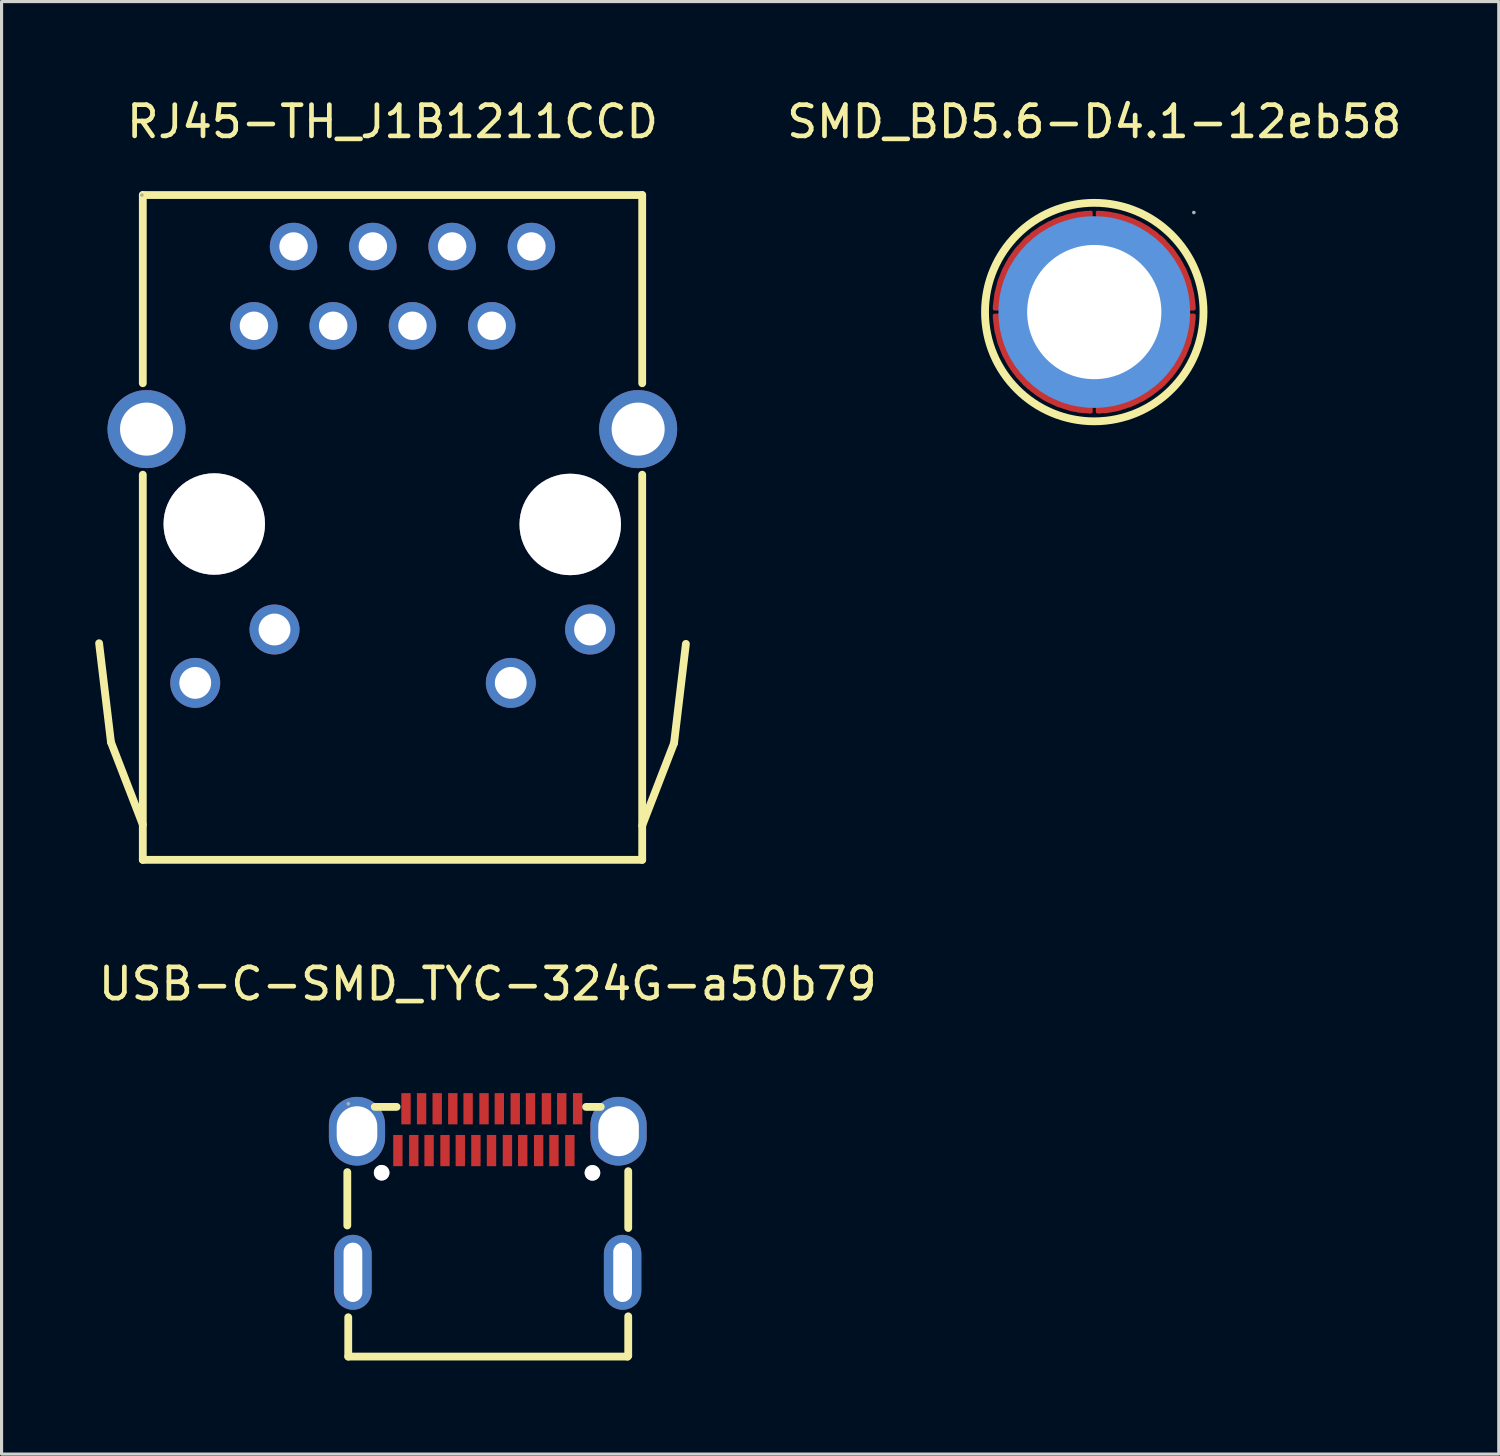
<source format=kicad_pcb>
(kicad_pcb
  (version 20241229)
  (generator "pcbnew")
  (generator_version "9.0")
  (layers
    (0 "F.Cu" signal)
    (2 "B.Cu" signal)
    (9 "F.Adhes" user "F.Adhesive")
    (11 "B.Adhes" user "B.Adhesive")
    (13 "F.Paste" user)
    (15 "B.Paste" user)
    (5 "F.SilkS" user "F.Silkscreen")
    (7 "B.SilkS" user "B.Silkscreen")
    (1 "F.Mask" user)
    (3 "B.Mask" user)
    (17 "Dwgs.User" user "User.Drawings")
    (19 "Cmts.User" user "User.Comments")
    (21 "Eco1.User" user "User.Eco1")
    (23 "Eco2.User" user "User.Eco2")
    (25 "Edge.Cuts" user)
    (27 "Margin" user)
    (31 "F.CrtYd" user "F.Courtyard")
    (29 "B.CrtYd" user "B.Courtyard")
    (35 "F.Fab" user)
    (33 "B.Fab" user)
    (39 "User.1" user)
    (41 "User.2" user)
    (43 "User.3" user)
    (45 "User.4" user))
  (footprint "USB-C-SMD_TYC-324G-a50b79"
    (layer "F.Cu")
    (at 12.577 35.092)
    (property "Reference" "USB-C-SMD_TYC-324G-a50b79" (at 0 -6.62 180) (layer "F.SilkS") (effects (font (size 1 1) (thickness 0.15))))
    (attr smd)
    (fp_line (start -4.5 -0.59) (end -4.5 1.12) (stroke (width 0.25) (type solid)) (layer "F.SilkS"))
    (fp_line (start -4.47 5.32) (end -4.47 4.06) (stroke (width 0.25) (type solid)) (layer "F.SilkS"))
    (fp_line (start -4.47 5.32) (end 4.48 5.32) (stroke (width 0.25) (type solid)) (layer "F.SilkS"))
    (fp_line (start -2.92 -2.68) (end -3.62 -2.68) (stroke (width 0.25) (type solid)) (layer "F.SilkS"))
    (fp_line (start 3.15 -2.68) (end 3.62 -2.68) (stroke (width 0.25) (type solid)) (layer "F.SilkS"))
    (fp_line (start 4.48 5.32) (end 4.5 5.29) (stroke (width 0.25) (type solid)) (layer "F.SilkS"))
    (fp_line (start 4.5 -0.62) (end 4.5 1.2) (stroke (width 0.25) (type solid)) (layer "F.SilkS"))
    (fp_line (start 4.5 5.29) (end 4.5 4.03) (stroke (width 0.25) (type solid)) (layer "F.SilkS"))
    (fp_circle (center -3.4 -0.57) (end -3.3 -0.57) (stroke (width 0.2) (type solid)) (fill no) (layer "Cmts.User"))
    (fp_circle (center 3.4 -0.57) (end 3.5 -0.57) (stroke (width 0.2) (type solid)) (fill no) (layer "Cmts.User"))
    (fp_circle (center -4.47 -2.78) (end -4.44 -2.78) (stroke (width 0.06) (type solid)) (fill no) (layer "F.Fab"))
    (pad "" thru_hole circle (at -3.4 -0.57) (size 0.5 0.5) (drill 0.5) (layers "*.Cu" "*.Mask"))
    (pad "" thru_hole circle (at 3.354 -0.566) (size 0.5 0.5) (drill 0.5) (layers "*.Cu" "*.Mask"))
    (pad "1" thru_hole oval (at -4.19 -1.9) (size 1.8 2.2) (drill oval 1.3 1.6) (layers "*.Cu" "*.Mask"))
    (pad "2" thru_hole oval (at -4.32 2.62 90) (size 2.4 1.2) (drill oval 1.9 0.6) (layers "*.Cu" "*.Mask"))
    (pad "3" thru_hole oval (at 4.32 2.62 90) (size 2.4 1.2) (drill oval 1.9 0.6) (layers "*.Cu" "*.Mask"))
    (pad "4" thru_hole oval (at 4.19 -1.9) (size 1.8 2.2) (drill oval 1.3 1.6) (layers "*.Cu" "*.Mask"))
    (pad "A1" smd rect (at -2.62 -2.62) (size 0.3 1) (layers "F.Cu" "F.Mask" "F.Paste"))
    (pad "A2" smd rect (at -2.12 -2.62) (size 0.3 1) (layers "F.Cu" "F.Mask" "F.Paste"))
    (pad "A3" smd rect (at -1.62 -2.62) (size 0.3 1) (layers "F.Cu" "F.Mask" "F.Paste"))
    (pad "A4" smd rect (at -1.12 -2.62) (size 0.3 1) (layers "F.Cu" "F.Mask" "F.Paste"))
    (pad "A5" smd rect (at -0.63 -2.62) (size 0.3 1) (layers "F.Cu" "F.Mask" "F.Paste"))
    (pad "A6" smd rect (at -0.12 -2.62) (size 0.3 1) (layers "F.Cu" "F.Mask" "F.Paste"))
    (pad "A7" smd rect (at 0.37 -2.62) (size 0.3 1) (layers "F.Cu" "F.Mask" "F.Paste"))
    (pad "A8" smd rect (at 0.88 -2.62) (size 0.3 1) (layers "F.Cu" "F.Mask" "F.Paste"))
    (pad "A9" smd rect (at 1.37 -2.62) (size 0.3 1) (layers "F.Cu" "F.Mask" "F.Paste"))
    (pad "A10" smd rect (at 1.88 -2.62) (size 0.3 1) (layers "F.Cu" "F.Mask" "F.Paste"))
    (pad "A11" smd rect (at 2.37 -2.62) (size 0.3 1) (layers "F.Cu" "F.Mask" "F.Paste"))
    (pad "A12" smd rect (at 2.88 -2.62) (size 0.3 1) (layers "F.Cu" "F.Mask" "F.Paste"))
    (pad "B1" smd rect (at 2.63 -1.28) (size 0.3 1) (layers "F.Cu" "F.Mask" "F.Paste"))
    (pad "B2" smd rect (at 2.12 -1.28) (size 0.3 1) (layers "F.Cu" "F.Mask" "F.Paste"))
    (pad "B3" smd rect (at 1.63 -1.28) (size 0.3 1) (layers "F.Cu" "F.Mask" "F.Paste"))
    (pad "B4" smd rect (at 1.12 -1.28) (size 0.3 1) (layers "F.Cu" "F.Mask" "F.Paste"))
    (pad "B5" smd rect (at 0.63 -1.28) (size 0.3 1) (layers "F.Cu" "F.Mask" "F.Paste"))
    (pad "B6" smd rect (at 0.12 -1.28) (size 0.3 1) (layers "F.Cu" "F.Mask" "F.Paste"))
    (pad "B7" smd rect (at -0.38 -1.28) (size 0.3 1) (layers "F.Cu" "F.Mask" "F.Paste"))
    (pad "B8" smd rect (at -0.88 -1.28) (size 0.3 1) (layers "F.Cu" "F.Mask" "F.Paste"))
    (pad "B9" smd rect (at -1.37 -1.28) (size 0.3 1) (layers "F.Cu" "F.Mask" "F.Paste"))
    (pad "B10" smd rect (at -1.88 -1.28) (size 0.3 1) (layers "F.Cu" "F.Mask" "F.Paste"))
    (pad "B11" smd rect (at -2.37 -1.28) (size 0.3 1) (layers "F.Cu" "F.Mask" "F.Paste"))
    (pad "B12" smd rect (at -2.88 -1.28) (size 0.3 1) (layers "F.Cu" "F.Mask" "F.Paste")))
  (footprint "SMD_BD5.6-D4.1-12eb58"
    (layer "F.Cu")
    (at 32.008 6.948)
    (property "Reference" "SMD_BD5.6-D4.1-12eb58" (at 0 -6.1 0) (layer "F.SilkS") (effects (font (size 1 1) (thickness 0.15))))
    (attr smd)
    (fp_circle (center 0 0) (end 3.5 0) (stroke (width 0.25) (type solid)) (fill no) (layer "F.SilkS"))
    (fp_circle (center 0 0) (end 1.02 0) (stroke (width 2.05) (type solid)) (fill no) (layer "Cmts.User"))
    (fp_circle (center 3.19 -3.19) (end 3.22 -3.19) (stroke (width 0.06) (type solid)) (fill no) (layer "F.Fab"))
    (pad "1" smd custom (at -2.1 -1.65) (size 0.01 0.01) (layers "F.Cu" "F.Mask" "F.Paste") (options (anchor circle)) (primitives (gr_poly (pts (xy 2 -1.55) (xy 2 -0.55) (xy 1.93 -0.54) (xy 1.86 -0.54) (xy 1.8 -0.53) (xy 1.73 -0.52) (xy 1.66 -0.5) (xy 1.6 -0.49) (xy 1.53 -0.47) (xy 1.47 -0.46) (xy 1.4 -0.43) (xy 1.34 -0.41) (xy 1.27 -0.39) (xy 1.21 -0.36) (xy 1.15 -0.33) (xy 1.09 -0.3) (xy 1.03 -0.27) (xy 0.97 -0.24) (xy 0.91 -0.2) (xy 0.86 -0.16) (xy 0.8 -0.12) (xy 0.75 -0.08) (xy 0.69 -0.04) (xy 0.64 0) (xy 0.59 0.05) (xy 0.54 0.1) (xy 0.49 0.14) (xy 0.45 0.2) (xy 0.4 0.25) (xy 0.36 0.3) (xy 0.32 0.35) (xy 0.28 0.41) (xy 0.24 0.47) (xy 0.21 0.52) (xy 0.18 0.58) (xy 0.14 0.64) (xy 0.11 0.7) (xy 0.08 0.76) (xy 0.06 0.83) (xy 0.03 0.89) (xy 0.01 0.95) (xy -0.01 1.02) (xy -0.03 1.09) (xy -0.04 1.15) (xy -0.06 1.22) (xy -0.07 1.28) (xy -0.08 1.35) (xy -0.09 1.42) (xy -0.1 1.49) (xy -0.1 1.55) (xy -1.1 1.55) (xy -1.1 1.47) (xy -1.09 1.39) (xy -1.08 1.31) (xy -1.07 1.23) (xy -1.06 1.15) (xy -1.05 1.07) (xy -1.03 0.99) (xy -1.01 0.91) (xy -0.99 0.83) (xy -0.97 0.75) (xy -0.95 0.67) (xy -0.92 0.59) (xy -0.89 0.52) (xy -0.86 0.44) (xy -0.83 0.36) (xy -0.8 0.29) (xy -0.76 0.22) (xy -0.72 0.14) (xy -0.68 0.07) (xy -0.64 0) (xy -0.6 -0.07) (xy -0.55 -0.14) (xy -0.51 -0.2) (xy -0.46 -0.27) (xy -0.41 -0.34) (xy -0.36 -0.4) (xy -0.3 -0.46) (xy -0.25 -0.52) (xy -0.19 -0.58) (xy -0.14 -0.64) (xy -0.08 -0.7) (xy -0.02 -0.75) (xy 0.05 -0.8) (xy 0.11 -0.86) (xy 0.18 -0.91) (xy 0.24 -0.95) (xy 0.31 -1) (xy 0.38 -1.05) (xy 0.45 -1.09) (xy 0.52 -1.13) (xy 0.59 -1.17) (xy 0.66 -1.21) (xy 0.74 -1.24) (xy 0.81 -1.28) (xy 0.89 -1.31) (xy 0.96 -1.34) (xy 1.04 -1.37) (xy 1.12 -1.39) (xy 1.19 -1.42) (xy 1.27 -1.44) (xy 1.35 -1.46) (xy 1.43 -1.48) (xy 1.51 -1.49) (xy 1.59 -1.51) (xy 1.67 -1.52) (xy 1.76 -1.53) (xy 1.84 -1.54) (xy 1.92 -1.54) (xy 2 -1.55)) (width 0.1) (fill yes))))
    (pad "1" thru_hole circle (at 0 0) (size 4.8 4.8) (drill 4.3) (layers "*.Cu" "*.Mask") (remove_unused_layers yes) (keep_end_layers yes) (zone_layer_connections))
    (pad "2" smd custom (at 1.65 -2.1) (size 0.01 0.01) (layers "F.Cu" "F.Mask" "F.Paste") (options (anchor circle)) (primitives (gr_poly (pts (xy 1.55 2) (xy 0.55 2) (xy 0.55 1.94) (xy 0.54 1.87) (xy 0.53 1.8) (xy 0.52 1.73) (xy 0.51 1.67) (xy 0.49 1.6) (xy 0.48 1.54) (xy 0.46 1.47) (xy 0.44 1.4) (xy 0.42 1.34) (xy 0.39 1.28) (xy 0.37 1.21) (xy 0.34 1.15) (xy 0.31 1.09) (xy 0.27 1.03) (xy 0.24 0.97) (xy 0.21 0.92) (xy 0.17 0.86) (xy 0.13 0.8) (xy 0.09 0.75) (xy 0.05 0.7) (xy 0 0.65) (xy -0.04 0.59) (xy -0.09 0.55) (xy -0.14 0.5) (xy -0.19 0.45) (xy -0.24 0.41) (xy -0.3 0.37) (xy -0.35 0.33) (xy -0.41 0.29) (xy -0.46 0.25) (xy -0.52 0.21) (xy -0.58 0.18) (xy -0.64 0.15) (xy -0.7 0.12) (xy -0.76 0.09) (xy -0.82 0.06) (xy -0.89 0.04) (xy -0.95 0.02) (xy -1.02 -0.01) (xy -1.08 -0.02) (xy -1.15 -0.04) (xy -1.21 -0.05) (xy -1.28 -0.07) (xy -1.35 -0.08) (xy -1.41 -0.09) (xy -1.48 -0.09) (xy -1.55 -0.1) (xy -1.55 -1.1) (xy -1.47 -1.09) (xy -1.39 -1.09) (xy -1.31 -1.08) (xy -1.22 -1.07) (xy -1.14 -1.06) (xy -1.06 -1.04) (xy -0.98 -1.03) (xy -0.9 -1.01) (xy -0.82 -0.99) (xy -0.74 -0.97) (xy -0.67 -0.94) (xy -0.59 -0.92) (xy -0.51 -0.89) (xy -0.44 -0.86) (xy -0.36 -0.83) (xy -0.29 -0.79) (xy -0.21 -0.76) (xy -0.14 -0.72) (xy -0.07 -0.68) (xy 0 -0.64) (xy 0.07 -0.6) (xy 0.14 -0.55) (xy 0.21 -0.5) (xy 0.27 -0.46) (xy 0.34 -0.41) (xy 0.4 -0.35) (xy 0.47 -0.3) (xy 0.53 -0.25) (xy 0.59 -0.19) (xy 0.64 -0.13) (xy 0.7 -0.07) (xy 0.75 -0.01) (xy 0.81 0.05) (xy 0.86 0.11) (xy 0.91 0.18) (xy 0.96 0.25) (xy 1 0.31) (xy 1.05 0.38) (xy 1.09 0.45) (xy 1.13 0.52) (xy 1.17 0.59) (xy 1.21 0.67) (xy 1.25 0.74) (xy 1.28 0.81) (xy 1.31 0.89) (xy 1.34 0.97) (xy 1.37 1.04) (xy 1.4 1.12) (xy 1.42 1.2) (xy 1.44 1.28) (xy 1.46 1.36) (xy 1.48 1.44) (xy 1.5 1.52) (xy 1.51 1.6) (xy 1.52 1.68) (xy 1.53 1.76) (xy 1.54 1.84) (xy 1.55 1.92) (xy 1.55 2)) (width 0.1) (fill yes))))
    (pad "3" smd custom (at 2.1 1.65) (size 0.01 0.01) (layers "F.Cu" "F.Mask" "F.Paste") (options (anchor circle)) (primitives (gr_poly (pts (xy -2 1.55) (xy -2 0.55) (xy -1.93 0.55) (xy -1.86 0.54) (xy -1.8 0.54) (xy -1.73 0.53) (xy -1.66 0.51) (xy -1.6 0.5) (xy -1.53 0.48) (xy -1.47 0.46) (xy -1.4 0.44) (xy -1.34 0.42) (xy -1.27 0.4) (xy -1.21 0.37) (xy -1.15 0.34) (xy -1.09 0.31) (xy -1.03 0.28) (xy -0.97 0.24) (xy -0.91 0.21) (xy -0.86 0.17) (xy -0.8 0.13) (xy -0.75 0.09) (xy -0.69 0.05) (xy -0.64 0) (xy -0.59 -0.04) (xy -0.54 -0.09) (xy -0.49 -0.14) (xy -0.45 -0.19) (xy -0.4 -0.24) (xy -0.36 -0.29) (xy -0.32 -0.35) (xy -0.28 -0.4) (xy -0.24 -0.46) (xy -0.21 -0.52) (xy -0.18 -0.57) (xy -0.14 -0.63) (xy -0.11 -0.7) (xy -0.08 -0.76) (xy -0.06 -0.82) (xy -0.03 -0.88) (xy -0.01 -0.95) (xy 0.01 -1.01) (xy 0.03 -1.08) (xy 0.04 -1.14) (xy 0.06 -1.21) (xy 0.07 -1.28) (xy 0.08 -1.34) (xy 0.09 -1.41) (xy 0.1 -1.48) (xy 0.1 -1.55) (xy 1.1 -1.55) (xy 1.1 -1.46) (xy 1.09 -1.38) (xy 1.08 -1.3) (xy 1.07 -1.22) (xy 1.06 -1.14) (xy 1.05 -1.06) (xy 1.03 -0.98) (xy 1.01 -0.9) (xy 0.99 -0.82) (xy 0.97 -0.74) (xy 0.95 -0.66) (xy 0.92 -0.58) (xy 0.89 -0.51) (xy 0.86 -0.43) (xy 0.83 -0.36) (xy 0.8 -0.28) (xy 0.76 -0.21) (xy 0.72 -0.14) (xy 0.68 -0.06) (xy 0.64 0.01) (xy 0.6 0.08) (xy 0.55 0.15) (xy 0.51 0.21) (xy 0.46 0.28) (xy 0.41 0.34) (xy 0.36 0.41) (xy 0.3 0.47) (xy 0.25 0.53) (xy 0.19 0.59) (xy 0.14 0.65) (xy 0.08 0.7) (xy 0.02 0.76) (xy -0.05 0.81) (xy -0.11 0.86) (xy -0.18 0.91) (xy -0.24 0.96) (xy -0.31 1.01) (xy -0.38 1.05) (xy -0.45 1.1) (xy -0.52 1.14) (xy -0.59 1.18) (xy -0.66 1.21) (xy -0.74 1.25) (xy -0.81 1.28) (xy -0.89 1.32) (xy -0.96 1.35) (xy -1.04 1.37) (xy -1.12 1.4) (xy -1.19 1.42) (xy -1.27 1.45) (xy -1.35 1.47) (xy -1.43 1.49) (xy -1.51 1.5) (xy -1.59 1.52) (xy -1.67 1.53) (xy -1.76 1.54) (xy -1.84 1.54) (xy -1.92 1.55) (xy -2 1.55)) (width 0.1) (fill yes))))
    (pad "4" smd custom (at -1.65 2.1) (size 0.01 0.01) (layers "F.Cu" "F.Mask" "F.Paste") (options (anchor circle)) (primitives (gr_poly (pts (xy -1.55 -2) (xy -0.55 -2) (xy -0.55 -1.93) (xy -0.54 -1.86) (xy -0.53 -1.79) (xy -0.52 -1.73) (xy -0.51 -1.66) (xy -0.49 -1.59) (xy -0.48 -1.53) (xy -0.46 -1.46) (xy -0.44 -1.4) (xy -0.42 -1.33) (xy -0.39 -1.27) (xy -0.37 -1.21) (xy -0.34 -1.15) (xy -0.31 -1.08) (xy -0.27 -1.02) (xy -0.24 -0.97) (xy -0.21 -0.91) (xy -0.17 -0.85) (xy -0.13 -0.8) (xy -0.09 -0.74) (xy -0.05 -0.69) (xy 0 -0.64) (xy 0.04 -0.59) (xy 0.09 -0.54) (xy 0.14 -0.49) (xy 0.19 -0.45) (xy 0.24 -0.4) (xy 0.3 -0.36) (xy 0.35 -0.32) (xy 0.41 -0.28) (xy 0.46 -0.24) (xy 0.52 -0.21) (xy 0.58 -0.17) (xy 0.64 -0.14) (xy 0.7 -0.11) (xy 0.76 -0.08) (xy 0.82 -0.05) (xy 0.89 -0.03) (xy 0.95 -0.01) (xy 1.02 0.01) (xy 1.08 0.03) (xy 1.15 0.05) (xy 1.21 0.06) (xy 1.28 0.08) (xy 1.35 0.09) (xy 1.41 0.09) (xy 1.48 0.1) (xy 1.55 0.1) (xy 1.55 1.1) (xy 1.47 1.1) (xy 1.39 1.09) (xy 1.31 1.09) (xy 1.22 1.08) (xy 1.14 1.07) (xy 1.06 1.05) (xy 0.98 1.04) (xy 0.9 1.02) (xy 0.82 1) (xy 0.74 0.97) (xy 0.67 0.95) (xy 0.59 0.92) (xy 0.51 0.9) (xy 0.44 0.87) (xy 0.36 0.83) (xy 0.29 0.8) (xy 0.21 0.76) (xy 0.14 0.73) (xy 0.07 0.69) (xy 0 0.65) (xy -0.07 0.6) (xy -0.14 0.56) (xy -0.21 0.51) (xy -0.27 0.46) (xy -0.34 0.41) (xy -0.4 0.36) (xy -0.47 0.31) (xy -0.53 0.25) (xy -0.59 0.2) (xy -0.64 0.14) (xy -0.7 0.08) (xy -0.75 0.02) (xy -0.81 -0.04) (xy -0.86 -0.11) (xy -0.91 -0.17) (xy -0.96 -0.24) (xy -1 -0.3) (xy -1.05 -0.37) (xy -1.09 -0.44) (xy -1.13 -0.51) (xy -1.17 -0.59) (xy -1.21 -0.66) (xy -1.25 -0.73) (xy -1.28 -0.81) (xy -1.31 -0.88) (xy -1.34 -0.96) (xy -1.37 -1.03) (xy -1.4 -1.11) (xy -1.42 -1.19) (xy -1.44 -1.27) (xy -1.46 -1.35) (xy -1.48 -1.43) (xy -1.5 -1.51) (xy -1.51 -1.59) (xy -1.52 -1.67) (xy -1.53 -1.75) (xy -1.54 -1.83) (xy -1.55 -1.91) (xy -1.55 -2)) (width 0.1) (fill yes)))))
  (footprint "RJ45-TH_J1B1211CCD"
    (layer "F.Cu")
    (at 9.525 11.838)
    (property "Reference" "RJ45-TH_J1B1211CCD" (at 0 -10.99 180) (layer "F.SilkS") (effects (font (size 1 1) (thickness 0.15))))
    (attr through_hole)
    (fp_line (start -9.02 8.89) (end -9.4 5.72) (stroke (width 0.25) (type solid)) (layer "F.SilkS"))
    (fp_line (start -8 -8.64) (end -8 -2.61) (stroke (width 0.25) (type solid)) (layer "F.SilkS"))
    (fp_line (start -8 0.32) (end -8 12.66) (stroke (width 0.25) (type solid)) (layer "F.SilkS"))
    (fp_line (start -8 11.53) (end -9.02 8.89) (stroke (width 0.25) (type solid)) (layer "F.SilkS"))
    (fp_line (start 8 -8.64) (end -8 -8.64) (stroke (width 0.25) (type solid)) (layer "F.SilkS"))
    (fp_line (start 8 -8.64) (end 8 -2.61) (stroke (width 0.25) (type solid)) (layer "F.SilkS"))
    (fp_line (start 8 0.32) (end 8 12.66) (stroke (width 0.25) (type solid)) (layer "F.SilkS"))
    (fp_line (start 8 11.56) (end 9.02 8.92) (stroke (width 0.25) (type solid)) (layer "F.SilkS"))
    (fp_line (start 8 12.66) (end -8 12.66) (stroke (width 0.25) (type solid)) (layer "F.SilkS"))
    (fp_line (start 9.02 8.92) (end 9.4 5.74) (stroke (width 0.25) (type solid)) (layer "F.SilkS"))
    (fp_circle (center -8.03 -8.64) (end -8 -8.64) (stroke (width 0.06) (type solid)) (fill no) (layer "F.Fab"))
    (pad "" thru_hole circle (at -5.71 1.9) (size 3.25 3.25) (drill 3.25) (layers "*.Cu" "*.Mask"))
    (pad "" thru_hole circle (at 5.694 1.914) (size 3.25 3.25) (drill 3.25) (layers "*.Cu" "*.Mask"))
    (pad "1" thru_hole circle (at -4.44 -4.45) (size 1.52 1.52) (drill 0.914) (layers "*.Cu" "*.Mask"))
    (pad "2" thru_hole circle (at -3.17 -6.99) (size 1.52 1.52) (drill 0.914) (layers "*.Cu" "*.Mask"))
    (pad "3" thru_hole circle (at -1.9 -4.45) (size 1.52 1.52) (drill 0.914) (layers "*.Cu" "*.Mask"))
    (pad "4" thru_hole circle (at -0.63 -6.99) (size 1.52 1.52) (drill 0.914) (layers "*.Cu" "*.Mask"))
    (pad "5" thru_hole circle (at 0.64 -4.45) (size 1.52 1.52) (drill 0.914) (layers "*.Cu" "*.Mask"))
    (pad "6" thru_hole circle (at 1.91 -6.99) (size 1.52 1.52) (drill 0.914) (layers "*.Cu" "*.Mask"))
    (pad "7" thru_hole circle (at 3.18 -4.45) (size 1.52 1.52) (drill 0.914) (layers "*.Cu" "*.Mask"))
    (pad "8" thru_hole circle (at 4.45 -6.99) (size 1.52 1.52) (drill 0.914) (layers "*.Cu" "*.Mask"))
    (pad "9" thru_hole circle (at -6.32 6.99) (size 1.6 1.6) (drill 1.02) (layers "*.Cu" "*.Mask"))
    (pad "10" thru_hole circle (at -3.78 5.28) (size 1.6 1.6) (drill 1.02) (layers "*.Cu" "*.Mask"))
    (pad "11" thru_hole circle (at 3.79 6.99) (size 1.6 1.6) (drill 1.02) (layers "*.Cu" "*.Mask"))
    (pad "12" thru_hole circle (at 6.33 5.28) (size 1.6 1.6) (drill 1.02) (layers "*.Cu" "*.Mask"))
    (pad "13" thru_hole circle (at -7.88 -1.14) (size 2.5 2.5) (drill 1.7) (layers "*.Cu" "*.Mask"))
    (pad "14" thru_hole circle (at 7.87 -1.14) (size 2.5 2.5) (drill 1.7) (layers "*.Cu" "*.Mask")))
  (gr_rect
    (start -3 -3)
    (end 44.967 43.536)
    (stroke (width 0.1) (type default))
    (fill no)
    (layer "Edge.Cuts")))
</source>
